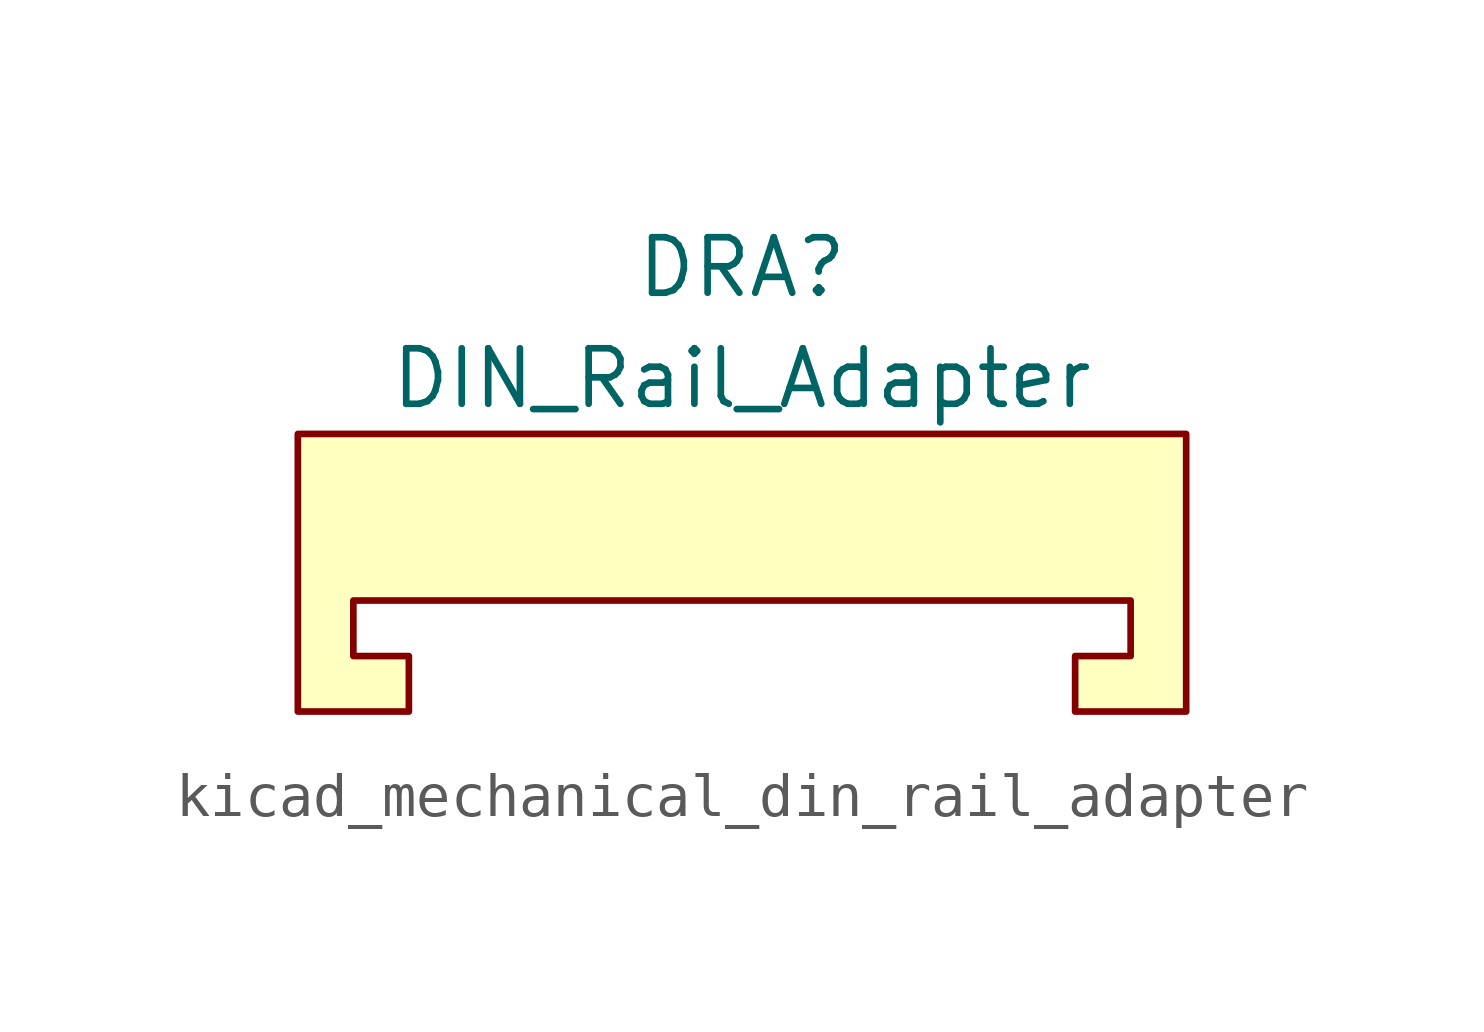
<source format=kicad_sym>
(kicad_symbol_lib
  (version 20220914)
  (generator kicad_symbol_editor)
  (symbol "kicad_mechanical_din_rail_adapter"
    (property "Reference" "DRA"
      (at 0 6.35 0)
      (effects (font (size 1.27 1.27))))
    (property "Value" "DIN_Rail_Adapter"
      (at 0 3.81 0)
      (effects (font (size 1.27 1.27))))
    (symbol "kicad_mechanical_din_rail_adapter_0_1"
      (polyline (pts (xy 10.16 2.54) (xy -10.16 2.54) (xy -10.16 -3.81) (xy -7.62 -3.81) (xy -7.62 -2.54) (xy -8.89 -2.54) (xy -8.89 -1.27) (xy 8.89 -1.27) (xy 8.89 -2.54) (xy 7.62 -2.54) (xy 7.62 -3.81) (xy 10.16 -3.81) (xy 10.16 2.54) (xy -10.16 2.54)) (stroke (width 0) (type default)) (fill (type background))))))
</source>
